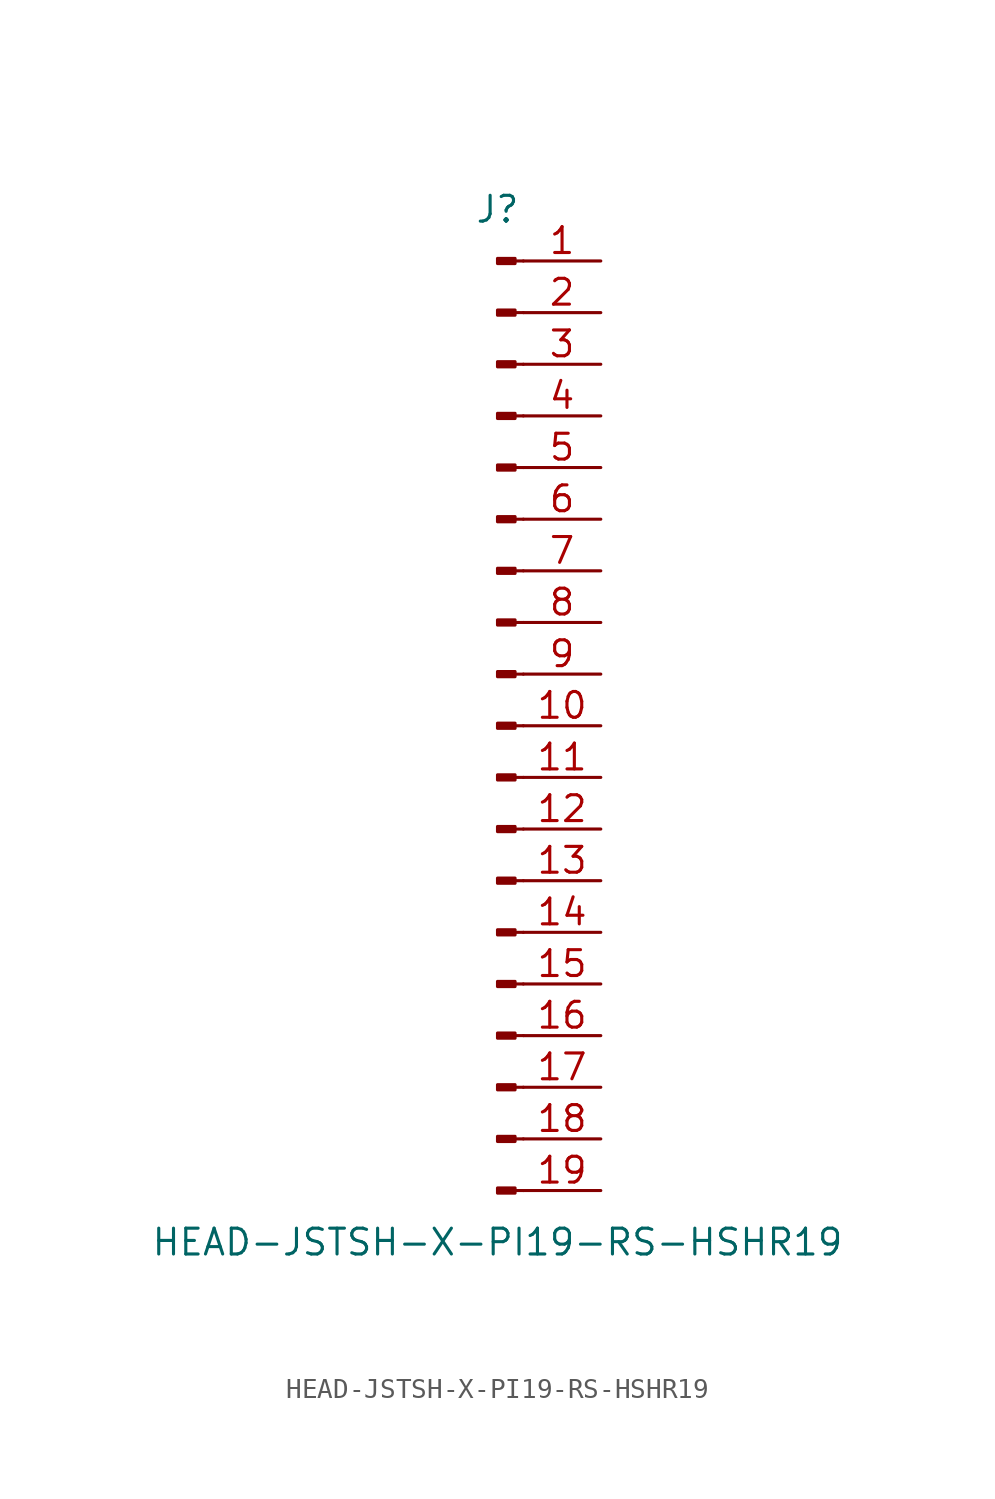
<source format=kicad_sym>
(kicad_symbol_lib
  (version 20211014)
  (generator kicad_symbol_editor)
  (symbol "HEAD-JSTSH-X-PI19-RS-HSHR19"
    (pin_names
      (offset 1.016) hide)
    (property "Reference" "J"
      (at 0 25.4 0)
      (effects (font (size 1.27 1.27))))
    (property "Value" "HEAD-JSTSH-X-PI19-RS-HSHR19"
      (at 0 -25.4 0)
      (effects (font (size 1.27 1.27))))
    (symbol "HEAD-JSTSH-X-PI19-RS-HSHR19_1_1"
      (polyline (pts (xy 1.27 -22.86) (xy 0.864 -22.86)) (stroke (width 0.152) (type default) (color 0 0 0 0)) (fill (type none)))
      (polyline (pts (xy 1.27 -20.32) (xy 0.864 -20.32)) (stroke (width 0.152) (type default) (color 0 0 0 0)) (fill (type none)))
      (polyline (pts (xy 1.27 -17.78) (xy 0.864 -17.78)) (stroke (width 0.152) (type default) (color 0 0 0 0)) (fill (type none)))
      (polyline (pts (xy 1.27 -15.24) (xy 0.864 -15.24)) (stroke (width 0.152) (type default) (color 0 0 0 0)) (fill (type none)))
      (polyline (pts (xy 1.27 -12.7) (xy 0.864 -12.7)) (stroke (width 0.152) (type default) (color 0 0 0 0)) (fill (type none)))
      (polyline (pts (xy 1.27 -10.16) (xy 0.864 -10.16)) (stroke (width 0.152) (type default) (color 0 0 0 0)) (fill (type none)))
      (polyline (pts (xy 1.27 -7.62) (xy 0.864 -7.62)) (stroke (width 0.152) (type default) (color 0 0 0 0)) (fill (type none)))
      (polyline (pts (xy 1.27 -5.08) (xy 0.864 -5.08)) (stroke (width 0.152) (type default) (color 0 0 0 0)) (fill (type none)))
      (polyline (pts (xy 1.27 -2.54) (xy 0.864 -2.54)) (stroke (width 0.152) (type default) (color 0 0 0 0)) (fill (type none)))
      (polyline (pts (xy 1.27 0) (xy 0.864 0)) (stroke (width 0.152) (type default) (color 0 0 0 0)) (fill (type none)))
      (polyline (pts (xy 1.27 2.54) (xy 0.864 2.54)) (stroke (width 0.152) (type default) (color 0 0 0 0)) (fill (type none)))
      (polyline (pts (xy 1.27 5.08) (xy 0.864 5.08)) (stroke (width 0.152) (type default) (color 0 0 0 0)) (fill (type none)))
      (polyline (pts (xy 1.27 7.62) (xy 0.864 7.62)) (stroke (width 0.152) (type default) (color 0 0 0 0)) (fill (type none)))
      (polyline (pts (xy 1.27 10.16) (xy 0.864 10.16)) (stroke (width 0.152) (type default) (color 0 0 0 0)) (fill (type none)))
      (polyline (pts (xy 1.27 12.7) (xy 0.864 12.7)) (stroke (width 0.152) (type default) (color 0 0 0 0)) (fill (type none)))
      (polyline (pts (xy 1.27 15.24) (xy 0.864 15.24)) (stroke (width 0.152) (type default) (color 0 0 0 0)) (fill (type none)))
      (polyline (pts (xy 1.27 17.78) (xy 0.864 17.78)) (stroke (width 0.152) (type default) (color 0 0 0 0)) (fill (type none)))
      (polyline (pts (xy 1.27 20.32) (xy 0.864 20.32)) (stroke (width 0.152) (type default) (color 0 0 0 0)) (fill (type none)))
      (polyline (pts (xy 1.27 22.86) (xy 0.864 22.86)) (stroke (width 0.152) (type default) (color 0 0 0 0)) (fill (type none)))
      (rectangle (start 0.864 -22.733) (end 0 -22.987) (stroke (width 0.152) (type default) (color 0 0 0 0)) (fill (type outline)))
      (rectangle (start 0.864 -20.193) (end 0 -20.447) (stroke (width 0.152) (type default) (color 0 0 0 0)) (fill (type outline)))
      (rectangle (start 0.864 -17.653) (end 0 -17.907) (stroke (width 0.152) (type default) (color 0 0 0 0)) (fill (type outline)))
      (rectangle (start 0.864 -15.113) (end 0 -15.367) (stroke (width 0.152) (type default) (color 0 0 0 0)) (fill (type outline)))
      (rectangle (start 0.864 -12.573) (end 0 -12.827) (stroke (width 0.152) (type default) (color 0 0 0 0)) (fill (type outline)))
      (rectangle (start 0.864 -10.033) (end 0 -10.287) (stroke (width 0.152) (type default) (color 0 0 0 0)) (fill (type outline)))
      (rectangle (start 0.864 -7.493) (end 0 -7.747) (stroke (width 0.152) (type default) (color 0 0 0 0)) (fill (type outline)))
      (rectangle (start 0.864 -4.953) (end 0 -5.207) (stroke (width 0.152) (type default) (color 0 0 0 0)) (fill (type outline)))
      (rectangle (start 0.864 -2.413) (end 0 -2.667) (stroke (width 0.152) (type default) (color 0 0 0 0)) (fill (type outline)))
      (rectangle (start 0.864 0.127) (end 0 -0.127) (stroke (width 0.152) (type default) (color 0 0 0 0)) (fill (type outline)))
      (rectangle (start 0.864 2.667) (end 0 2.413) (stroke (width 0.152) (type default) (color 0 0 0 0)) (fill (type outline)))
      (rectangle (start 0.864 5.207) (end 0 4.953) (stroke (width 0.152) (type default) (color 0 0 0 0)) (fill (type outline)))
      (rectangle (start 0.864 7.747) (end 0 7.493) (stroke (width 0.152) (type default) (color 0 0 0 0)) (fill (type outline)))
      (rectangle (start 0.864 10.287) (end 0 10.033) (stroke (width 0.152) (type default) (color 0 0 0 0)) (fill (type outline)))
      (rectangle (start 0.864 12.827) (end 0 12.573) (stroke (width 0.152) (type default) (color 0 0 0 0)) (fill (type outline)))
      (rectangle (start 0.864 15.367) (end 0 15.113) (stroke (width 0.152) (type default) (color 0 0 0 0)) (fill (type outline)))
      (rectangle (start 0.864 17.907) (end 0 17.653) (stroke (width 0.152) (type default) (color 0 0 0 0)) (fill (type outline)))
      (rectangle (start 0.864 20.447) (end 0 20.193) (stroke (width 0.152) (type default) (color 0 0 0 0)) (fill (type outline)))
      (rectangle (start 0.864 22.987) (end 0 22.733) (stroke (width 0.152) (type default) (color 0 0 0 0)) (fill (type outline)))
      (pin passive line (at 5.08 22.86 180) (length 3.81) (name "Pin_1" (effects (font (size 1.27 1.27)))) (number "1" (effects (font (size 1.27 1.27)))))
      (pin passive line (at 5.08 0 180) (length 3.81) (name "Pin_10" (effects (font (size 1.27 1.27)))) (number "10" (effects (font (size 1.27 1.27)))))
      (pin passive line (at 5.08 -2.54 180) (length 3.81) (name "Pin_11" (effects (font (size 1.27 1.27)))) (number "11" (effects (font (size 1.27 1.27)))))
      (pin passive line (at 5.08 -5.08 180) (length 3.81) (name "Pin_12" (effects (font (size 1.27 1.27)))) (number "12" (effects (font (size 1.27 1.27)))))
      (pin passive line (at 5.08 -7.62 180) (length 3.81) (name "Pin_13" (effects (font (size 1.27 1.27)))) (number "13" (effects (font (size 1.27 1.27)))))
      (pin passive line (at 5.08 -10.16 180) (length 3.81) (name "Pin_14" (effects (font (size 1.27 1.27)))) (number "14" (effects (font (size 1.27 1.27)))))
      (pin passive line (at 5.08 -12.7 180) (length 3.81) (name "Pin_15" (effects (font (size 1.27 1.27)))) (number "15" (effects (font (size 1.27 1.27)))))
      (pin passive line (at 5.08 -15.24 180) (length 3.81) (name "Pin_16" (effects (font (size 1.27 1.27)))) (number "16" (effects (font (size 1.27 1.27)))))
      (pin passive line (at 5.08 -17.78 180) (length 3.81) (name "Pin_17" (effects (font (size 1.27 1.27)))) (number "17" (effects (font (size 1.27 1.27)))))
      (pin passive line (at 5.08 -20.32 180) (length 3.81) (name "Pin_18" (effects (font (size 1.27 1.27)))) (number "18" (effects (font (size 1.27 1.27)))))
      (pin passive line (at 5.08 -22.86 180) (length 3.81) (name "Pin_19" (effects (font (size 1.27 1.27)))) (number "19" (effects (font (size 1.27 1.27)))))
      (pin passive line (at 5.08 20.32 180) (length 3.81) (name "Pin_2" (effects (font (size 1.27 1.27)))) (number "2" (effects (font (size 1.27 1.27)))))
      (pin passive line (at 5.08 17.78 180) (length 3.81) (name "Pin_3" (effects (font (size 1.27 1.27)))) (number "3" (effects (font (size 1.27 1.27)))))
      (pin passive line (at 5.08 15.24 180) (length 3.81) (name "Pin_4" (effects (font (size 1.27 1.27)))) (number "4" (effects (font (size 1.27 1.27)))))
      (pin passive line (at 5.08 12.7 180) (length 3.81) (name "Pin_5" (effects (font (size 1.27 1.27)))) (number "5" (effects (font (size 1.27 1.27)))))
      (pin passive line (at 5.08 10.16 180) (length 3.81) (name "Pin_6" (effects (font (size 1.27 1.27)))) (number "6" (effects (font (size 1.27 1.27)))))
      (pin passive line (at 5.08 7.62 180) (length 3.81) (name "Pin_7" (effects (font (size 1.27 1.27)))) (number "7" (effects (font (size 1.27 1.27)))))
      (pin passive line (at 5.08 5.08 180) (length 3.81) (name "Pin_8" (effects (font (size 1.27 1.27)))) (number "8" (effects (font (size 1.27 1.27)))))
      (pin passive line (at 5.08 2.54 180) (length 3.81) (name "Pin_9" (effects (font (size 1.27 1.27)))) (number "9" (effects (font (size 1.27 1.27))))))))
</source>
